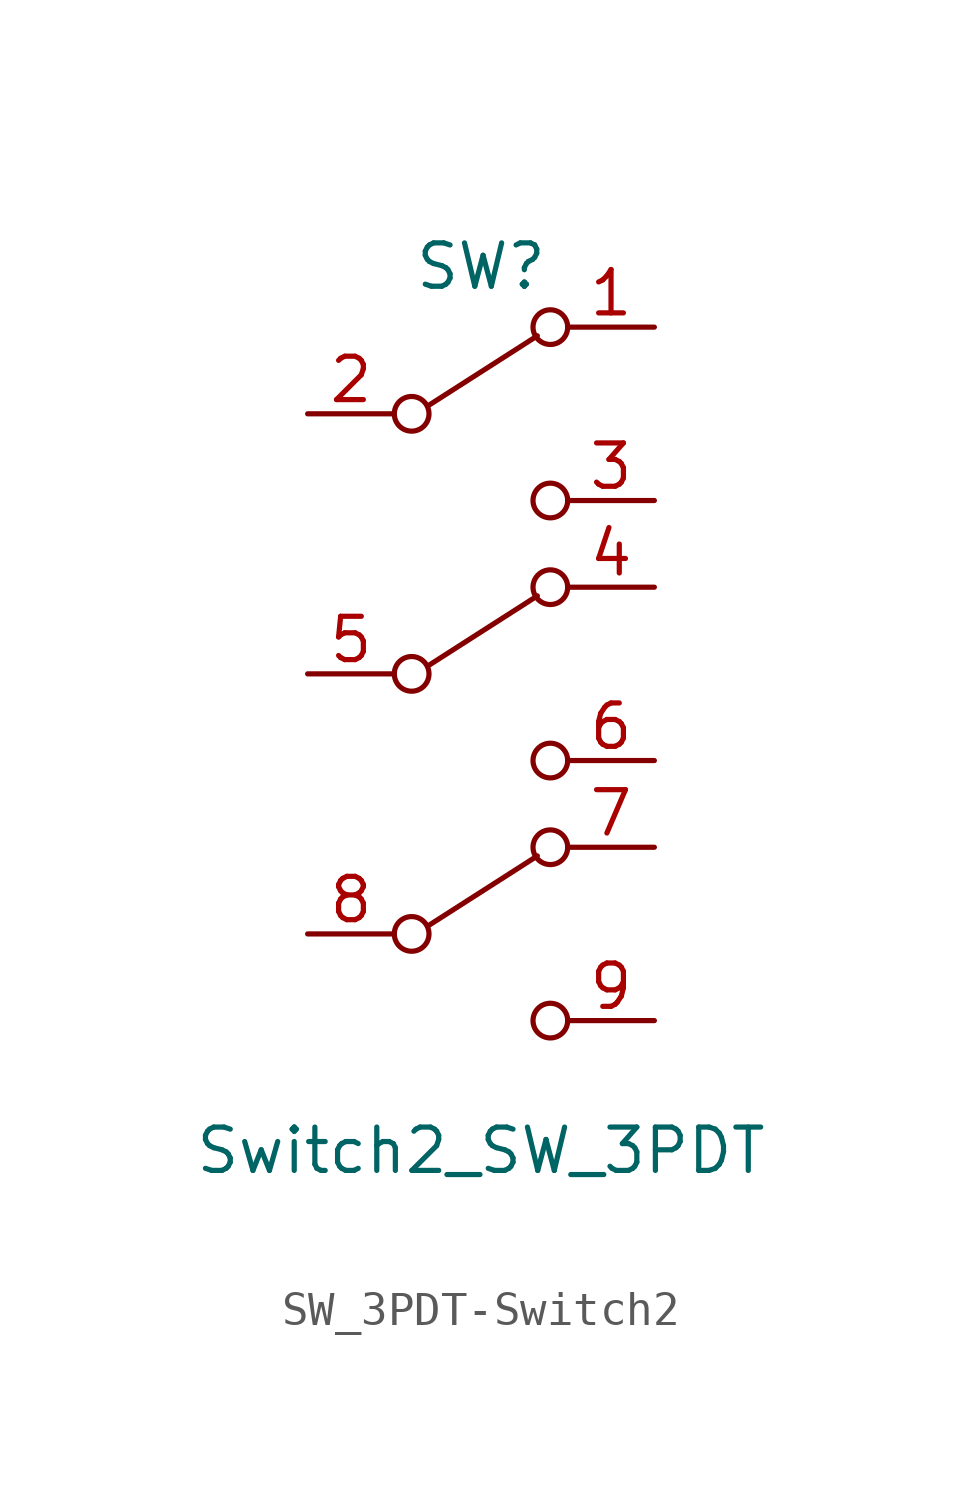
<source format=kicad_sym>
(kicad_symbol_lib
  (version 20220914)
  (generator kicad_symbol_editor)
  (symbol "SW_3PDT-Switch2"
    (pin_names
      (offset 0) hide)
    (property "Reference" "SW"
      (at 0 11.938 0)
      (effects (font (size 1.27 1.27))))
    (property "Value" "Switch2_SW_3PDT"
      (at 0 -13.97 0)
      (effects (font (size 1.27 1.27))))
    (symbol "SW_3PDT-Switch2_0_0"
      (circle (center -2.032 7.62) (radius 0.508) (stroke (width 0) (type solid)) (fill (type none)))
      (circle (center 2.032 5.08) (radius 0.508) (stroke (width 0) (type solid)) (fill (type none))))
    (symbol "SW_3PDT-Switch2_0_1"
      (polyline (pts (xy -1.524 7.874) (xy 1.651 9.906)) (stroke (width 0) (type solid)) (fill (type none)))
      (circle (center 2.032 10.16) (radius 0.508) (stroke (width 0) (type solid)) (fill (type none))))
    (symbol "SW_3PDT-Switch2_1_1"
      (circle (center -2.032 -7.62) (radius 0.508) (stroke (width 0) (type solid)) (fill (type none)))
      (circle (center -2.032 0) (radius 0.508) (stroke (width 0) (type solid)) (fill (type none)))
      (polyline (pts (xy -1.524 -7.366) (xy 1.651 -5.334)) (stroke (width 0) (type solid)) (fill (type none)))
      (polyline (pts (xy -1.524 0.254) (xy 1.651 2.286)) (stroke (width 0) (type solid)) (fill (type none)))
      (circle (center 2.032 -10.16) (radius 0.508) (stroke (width 0) (type solid)) (fill (type none)))
      (circle (center 2.032 -5.08) (radius 0.508) (stroke (width 0) (type solid)) (fill (type none)))
      (circle (center 2.032 -2.54) (radius 0.508) (stroke (width 0) (type solid)) (fill (type none)))
      (circle (center 2.032 2.54) (radius 0.508) (stroke (width 0) (type solid)) (fill (type none)))
      (pin passive line (at 5.08 10.16 180) (length 2.54) (name "A" (effects (font (size 1.27 1.27)))) (number "1" (effects (font (size 1.27 1.27)))))
      (pin passive line (at -5.08 7.62 0) (length 2.54) (name "B" (effects (font (size 1.27 1.27)))) (number "2" (effects (font (size 1.27 1.27)))))
      (pin passive line (at 5.08 5.08 180) (length 2.54) (name "C" (effects (font (size 1.27 1.27)))) (number "3" (effects (font (size 1.27 1.27)))))
      (pin passive line (at 5.08 2.54 180) (length 2.54) (name "A" (effects (font (size 1.27 1.27)))) (number "4" (effects (font (size 1.27 1.27)))))
      (pin passive line (at -5.08 0 0) (length 2.54) (name "B" (effects (font (size 1.27 1.27)))) (number "5" (effects (font (size 1.27 1.27)))))
      (pin passive line (at 5.08 -2.54 180) (length 2.54) (name "C" (effects (font (size 1.27 1.27)))) (number "6" (effects (font (size 1.27 1.27)))))
      (pin passive line (at 5.08 -5.08 180) (length 2.54) (name "A" (effects (font (size 1.27 1.27)))) (number "7" (effects (font (size 1.27 1.27)))))
      (pin passive line (at -5.08 -7.62 0) (length 2.54) (name "B" (effects (font (size 1.27 1.27)))) (number "8" (effects (font (size 1.27 1.27)))))
      (pin passive line (at 5.08 -10.16 180) (length 2.54) (name "C" (effects (font (size 1.27 1.27)))) (number "9" (effects (font (size 1.27 1.27))))))))
</source>
